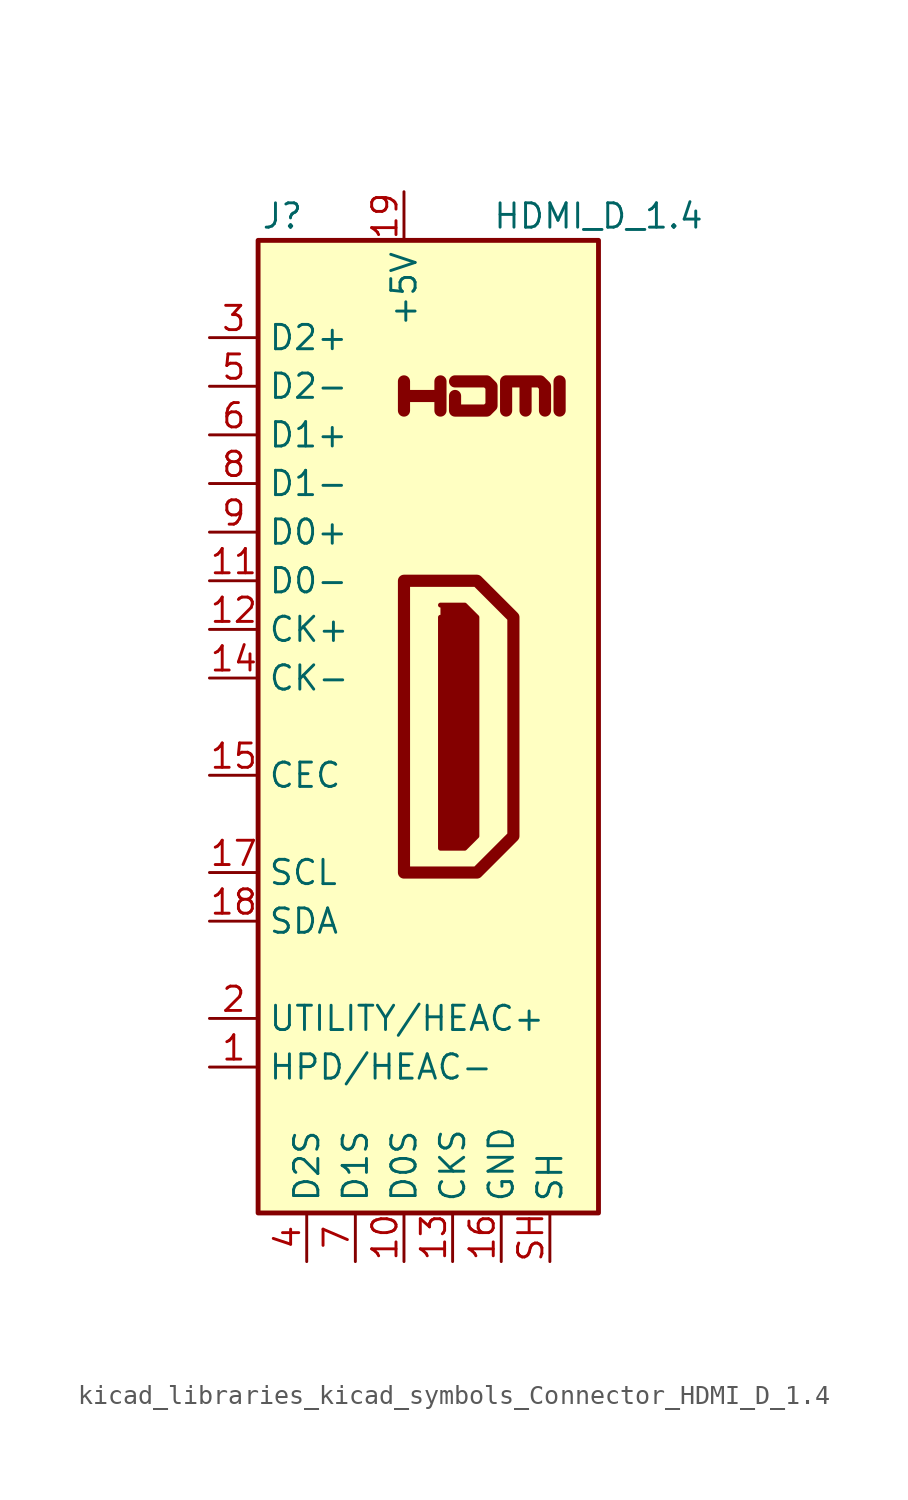
<source format=kicad_sym>
(kicad_symbol_lib
  (version 20220914)
  (generator kicad_symbol_editor)
  (symbol "kicad_libraries_kicad_symbols_Connector_HDMI_D_1.4"
    (property "Reference" "J"
      (at -6.35 26.67 0)
      (effects (font (size 1.27 1.27))))
    (property "Value" "HDMI_D_1.4"
      (at 10.16 26.67 0)
      (effects (font (size 1.27 1.27))))
    (symbol "kicad_libraries_kicad_symbols_Connector_HDMI_D_1.4_0_0"
      (polyline (pts (xy 8.128 16.51) (xy 8.128 18.034)) (stroke (width 0.635) (type default)) (fill (type none)))
      (polyline (pts (xy 0 16.51) (xy 0 18.034) (xy 0 17.272) (xy 1.905 17.272) (xy 1.905 18.034) (xy 1.905 16.51)) (stroke (width 0.635) (type default)) (fill (type none)))
      (polyline (pts (xy 2.667 18.034) (xy 4.318 18.034) (xy 4.572 17.78) (xy 4.572 16.764) (xy 4.318 16.51) (xy 2.667 16.51) (xy 2.667 17.272)) (stroke (width 0.635) (type default)) (fill (type none))))
    (symbol "kicad_libraries_kicad_symbols_Connector_HDMI_D_1.4_0_1"
      (rectangle (start -7.62 25.4) (end 10.16 -25.4) (stroke (width 0.254) (type default)) (fill (type background)))
      (polyline (pts (xy 0 7.62) (xy 3.81 7.62) (xy 5.715 5.715) (xy 5.715 -5.715) (xy 3.81 -7.62) (xy 0 -7.62) (xy 0 7.62)) (stroke (width 0.635) (type default)) (fill (type none)))
      (polyline (pts (xy 1.905 6.35) (xy 3.175 6.35) (xy 3.81 5.715) (xy 3.81 -5.715) (xy 3.175 -6.35) (xy 1.905 -6.35) (xy 1.905 5.715)) (stroke (width 0.254) (type default)) (fill (type outline)))
      (polyline (pts (xy 5.334 16.51) (xy 5.334 18.034) (xy 6.35 18.034) (xy 6.35 16.51) (xy 6.35 18.034) (xy 7.112 18.034) (xy 7.366 17.78) (xy 7.366 16.51)) (stroke (width 0.635) (type default)) (fill (type none))))
    (symbol "kicad_libraries_kicad_symbols_Connector_HDMI_D_1.4_1_1"
      (pin passive line (at -10.16 -17.78 0) (length 2.54) (name "HPD/HEAC-" (effects (font (size 1.27 1.27)))) (number "1" (effects (font (size 1.27 1.27)))))
      (pin power_in line (at 0 -27.94 90) (length 2.54) (name "D0S" (effects (font (size 1.27 1.27)))) (number "10" (effects (font (size 1.27 1.27)))))
      (pin passive line (at -10.16 7.62 0) (length 2.54) (name "D0-" (effects (font (size 1.27 1.27)))) (number "11" (effects (font (size 1.27 1.27)))))
      (pin passive line (at -10.16 5.08 0) (length 2.54) (name "CK+" (effects (font (size 1.27 1.27)))) (number "12" (effects (font (size 1.27 1.27)))))
      (pin power_in line (at 2.54 -27.94 90) (length 2.54) (name "CKS" (effects (font (size 1.27 1.27)))) (number "13" (effects (font (size 1.27 1.27)))))
      (pin passive line (at -10.16 2.54 0) (length 2.54) (name "CK-" (effects (font (size 1.27 1.27)))) (number "14" (effects (font (size 1.27 1.27)))))
      (pin bidirectional line (at -10.16 -2.54 0) (length 2.54) (name "CEC" (effects (font (size 1.27 1.27)))) (number "15" (effects (font (size 1.27 1.27)))))
      (pin power_in line (at 5.08 -27.94 90) (length 2.54) (name "GND" (effects (font (size 1.27 1.27)))) (number "16" (effects (font (size 1.27 1.27)))))
      (pin passive line (at -10.16 -7.62 0) (length 2.54) (name "SCL" (effects (font (size 1.27 1.27)))) (number "17" (effects (font (size 1.27 1.27)))))
      (pin bidirectional line (at -10.16 -10.16 0) (length 2.54) (name "SDA" (effects (font (size 1.27 1.27)))) (number "18" (effects (font (size 1.27 1.27)))))
      (pin power_in line (at 0 27.94 270) (length 2.54) (name "+5V" (effects (font (size 1.27 1.27)))) (number "19" (effects (font (size 1.27 1.27)))))
      (pin passive line (at -10.16 -15.24 0) (length 2.54) (name "UTILITY/HEAC+" (effects (font (size 1.27 1.27)))) (number "2" (effects (font (size 1.27 1.27)))))
      (pin passive line (at -10.16 20.32 0) (length 2.54) (name "D2+" (effects (font (size 1.27 1.27)))) (number "3" (effects (font (size 1.27 1.27)))))
      (pin power_in line (at -5.08 -27.94 90) (length 2.54) (name "D2S" (effects (font (size 1.27 1.27)))) (number "4" (effects (font (size 1.27 1.27)))))
      (pin passive line (at -10.16 17.78 0) (length 2.54) (name "D2-" (effects (font (size 1.27 1.27)))) (number "5" (effects (font (size 1.27 1.27)))))
      (pin passive line (at -10.16 15.24 0) (length 2.54) (name "D1+" (effects (font (size 1.27 1.27)))) (number "6" (effects (font (size 1.27 1.27)))))
      (pin power_in line (at -2.54 -27.94 90) (length 2.54) (name "D1S" (effects (font (size 1.27 1.27)))) (number "7" (effects (font (size 1.27 1.27)))))
      (pin passive line (at -10.16 12.7 0) (length 2.54) (name "D1-" (effects (font (size 1.27 1.27)))) (number "8" (effects (font (size 1.27 1.27)))))
      (pin passive line (at -10.16 10.16 0) (length 2.54) (name "D0+" (effects (font (size 1.27 1.27)))) (number "9" (effects (font (size 1.27 1.27)))))
      (pin passive line (at 7.62 -27.94 90) (length 2.54) (name "SH" (effects (font (size 1.27 1.27)))) (number "SH" (effects (font (size 1.27 1.27))))))))
</source>
